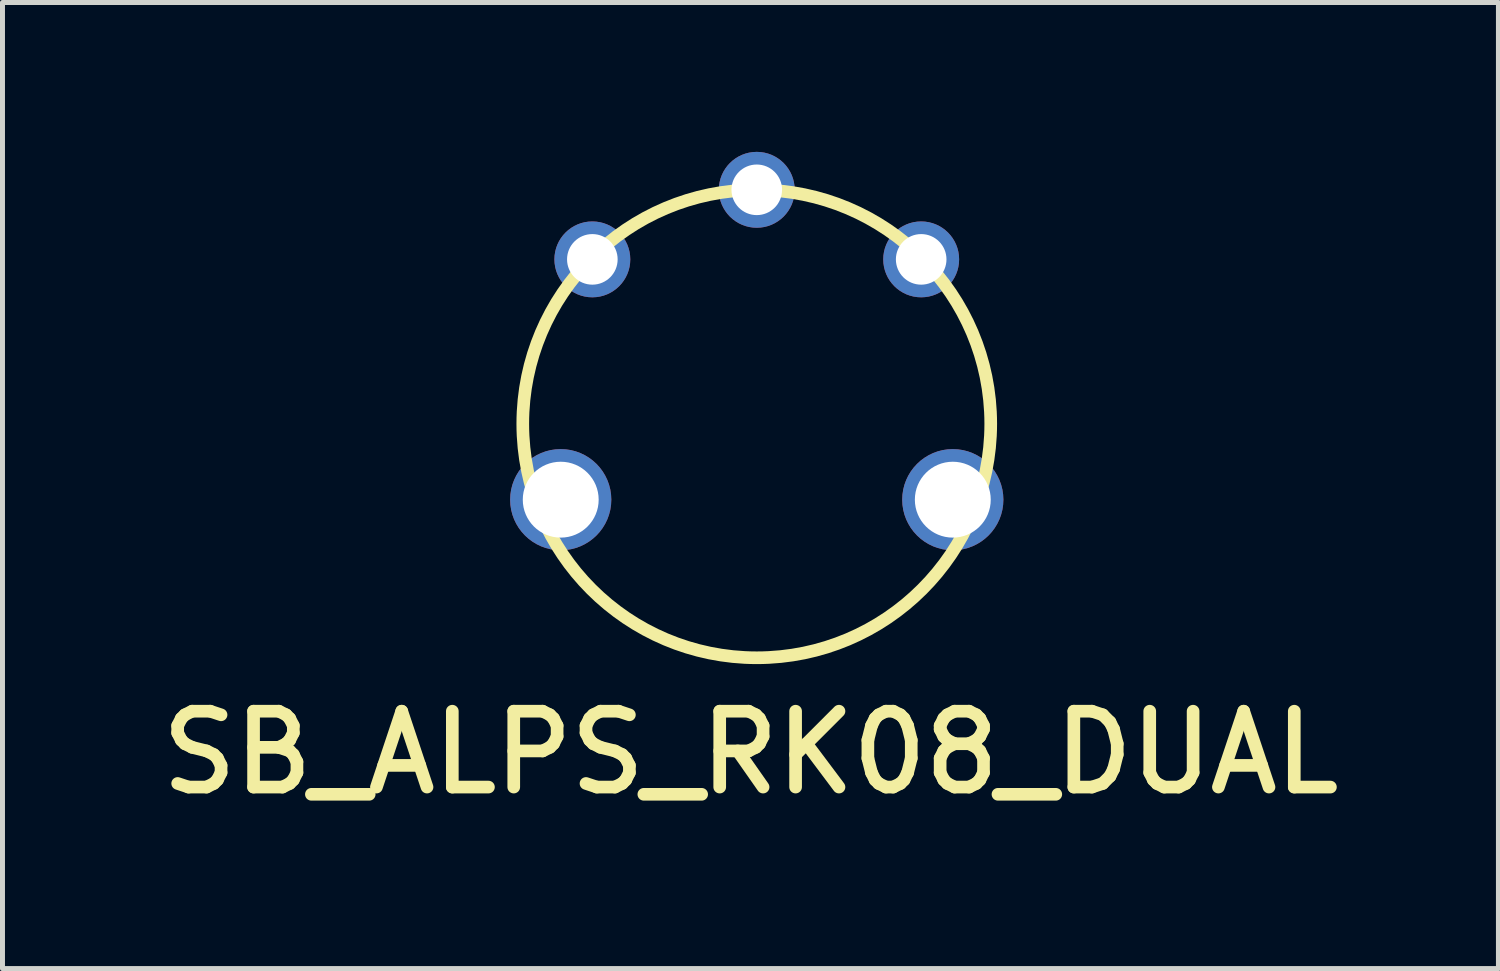
<source format=kicad_pcb>
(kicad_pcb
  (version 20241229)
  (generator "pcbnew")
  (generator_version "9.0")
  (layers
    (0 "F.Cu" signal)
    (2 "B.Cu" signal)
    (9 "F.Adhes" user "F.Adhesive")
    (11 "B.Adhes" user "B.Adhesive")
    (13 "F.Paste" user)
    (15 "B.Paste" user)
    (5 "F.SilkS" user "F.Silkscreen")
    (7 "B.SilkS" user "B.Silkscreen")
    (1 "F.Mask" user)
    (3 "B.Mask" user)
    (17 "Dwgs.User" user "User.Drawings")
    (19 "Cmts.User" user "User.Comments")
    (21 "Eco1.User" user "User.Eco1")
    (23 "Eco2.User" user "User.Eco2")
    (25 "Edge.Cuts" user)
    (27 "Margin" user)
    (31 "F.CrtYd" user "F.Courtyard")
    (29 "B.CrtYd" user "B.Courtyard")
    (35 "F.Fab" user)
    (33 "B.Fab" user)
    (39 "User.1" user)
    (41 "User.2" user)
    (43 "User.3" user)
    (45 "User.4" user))
  (footprint "SB_ALPS_RK08_DUAL"
    (layer "F.Cu")
    (at 12.148 5.461)
    (property "Reference" "SB_ALPS_RK08_DUAL" (at -0.127 6.604 0) (layer "F.SilkS") (effects (font (size 1.524 1.524) (thickness 0.254))))
    (attr through_hole)
    (fp_circle (center 0 0) (end 4.699 0) (stroke (width 0.254) (type solid)) (fill no) (layer "F.SilkS"))
    (pad "1A" thru_hole circle (at 0 -4.699 270) (size 1.524 1.524) (drill 1.016) (layers "*.Cu" "*.Mask"))
    (pad "1B" thru_hole circle (at 3.302 -3.302 270) (size 1.524 1.524) (drill 1.016) (layers "*.Cu" "*.Mask"))
    (pad "2A" thru_hole circle (at -3.937 1.524 270) (size 2.032 2.032) (drill 1.524) (layers "*.Cu" "*.Mask"))
    (pad "2B" thru_hole circle (at 3.937 1.524 270) (size 2.032 2.032) (drill 1.524) (layers "*.Cu" "*.Mask"))
    (pad "3" thru_hole circle (at -3.302 -3.302 270) (size 1.524 1.524) (drill 1.016) (layers "*.Cu" "*.Mask")))
  (gr_rect
    (start -3 -3)
    (end 27.043 16.402)
    (stroke (width 0.1) (type default))
    (fill no)
    (layer "Edge.Cuts")))
</source>
